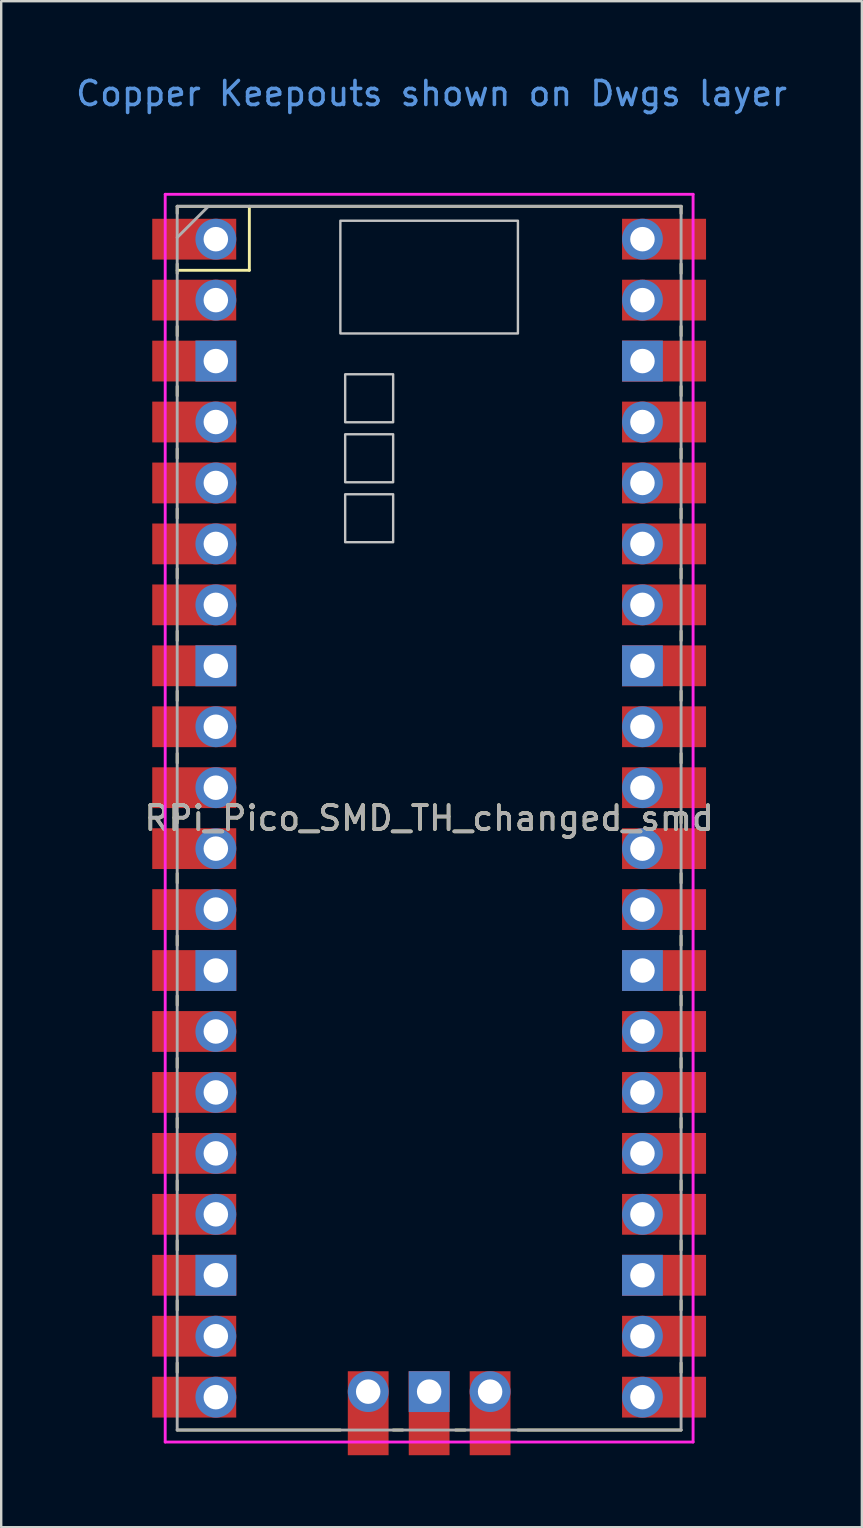
<source format=kicad_pcb>
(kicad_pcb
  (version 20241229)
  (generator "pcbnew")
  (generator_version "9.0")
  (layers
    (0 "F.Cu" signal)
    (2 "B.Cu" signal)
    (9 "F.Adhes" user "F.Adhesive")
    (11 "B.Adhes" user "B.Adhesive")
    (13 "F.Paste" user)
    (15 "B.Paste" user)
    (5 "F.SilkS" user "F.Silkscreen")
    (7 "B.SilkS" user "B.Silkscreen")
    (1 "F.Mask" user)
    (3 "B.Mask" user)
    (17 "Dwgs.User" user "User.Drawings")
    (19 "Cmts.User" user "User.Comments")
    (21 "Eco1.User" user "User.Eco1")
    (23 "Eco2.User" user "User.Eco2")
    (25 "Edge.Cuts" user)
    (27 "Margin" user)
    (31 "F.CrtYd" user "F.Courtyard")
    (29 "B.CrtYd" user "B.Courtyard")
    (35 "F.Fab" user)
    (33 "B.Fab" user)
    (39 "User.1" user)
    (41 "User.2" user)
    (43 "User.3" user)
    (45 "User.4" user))
  (footprint "RPi_Pico_SMD_TH_changed_smd"
    (layer "F.Cu")
    (at 14.835 31.048)
    (property "Reference" "RPi_Pico_SMD_TH_changed_smd" (at 0 0 0) (layer "F.SilkS") (effects (font (size 1 1) (thickness 0.15))))
    (attr through_hole)
    (fp_line (start -10.5 -25.5) (end -10.5 -25.2) (stroke (width 0.12) (type solid)) (layer "F.SilkS"))
    (fp_line (start -10.5 -25.5) (end 10.5 -25.5) (stroke (width 0.12) (type solid)) (layer "F.SilkS"))
    (fp_line (start -10.5 -23.1) (end -10.5 -22.7) (stroke (width 0.12) (type solid)) (layer "F.SilkS"))
    (fp_line (start -10.5 -22.833) (end -7.493 -22.833) (stroke (width 0.12) (type solid)) (layer "F.SilkS"))
    (fp_line (start -10.5 -20.5) (end -10.5 -20.1) (stroke (width 0.12) (type solid)) (layer "F.SilkS"))
    (fp_line (start -10.5 -18) (end -10.5 -17.6) (stroke (width 0.12) (type solid)) (layer "F.SilkS"))
    (fp_line (start -10.5 -15.4) (end -10.5 -15) (stroke (width 0.12) (type solid)) (layer "F.SilkS"))
    (fp_line (start -10.5 -12.9) (end -10.5 -12.5) (stroke (width 0.12) (type solid)) (layer "F.SilkS"))
    (fp_line (start -10.5 -10.4) (end -10.5 -10) (stroke (width 0.12) (type solid)) (layer "F.SilkS"))
    (fp_line (start -10.5 -7.8) (end -10.5 -7.4) (stroke (width 0.12) (type solid)) (layer "F.SilkS"))
    (fp_line (start -10.5 -5.3) (end -10.5 -4.9) (stroke (width 0.12) (type solid)) (layer "F.SilkS"))
    (fp_line (start -10.5 -2.7) (end -10.5 -2.3) (stroke (width 0.12) (type solid)) (layer "F.SilkS"))
    (fp_line (start -10.5 -0.2) (end -10.5 0.2) (stroke (width 0.12) (type solid)) (layer "F.SilkS"))
    (fp_line (start -10.5 2.3) (end -10.5 2.7) (stroke (width 0.12) (type solid)) (layer "F.SilkS"))
    (fp_line (start -10.5 4.9) (end -10.5 5.3) (stroke (width 0.12) (type solid)) (layer "F.SilkS"))
    (fp_line (start -10.5 7.4) (end -10.5 7.8) (stroke (width 0.12) (type solid)) (layer "F.SilkS"))
    (fp_line (start -10.5 10) (end -10.5 10.4) (stroke (width 0.12) (type solid)) (layer "F.SilkS"))
    (fp_line (start -10.5 12.5) (end -10.5 12.9) (stroke (width 0.12) (type solid)) (layer "F.SilkS"))
    (fp_line (start -10.5 15.1) (end -10.5 15.5) (stroke (width 0.12) (type solid)) (layer "F.SilkS"))
    (fp_line (start -10.5 17.6) (end -10.5 18) (stroke (width 0.12) (type solid)) (layer "F.SilkS"))
    (fp_line (start -10.5 20.1) (end -10.5 20.5) (stroke (width 0.12) (type solid)) (layer "F.SilkS"))
    (fp_line (start -10.5 22.7) (end -10.5 23.1) (stroke (width 0.12) (type solid)) (layer "F.SilkS"))
    (fp_line (start -7.493 -22.833) (end -7.493 -25.5) (stroke (width 0.12) (type solid)) (layer "F.SilkS"))
    (fp_line (start -3.7 25.5) (end -10.5 25.5) (stroke (width 0.12) (type solid)) (layer "F.SilkS"))
    (fp_line (start -1.5 25.5) (end -1.1 25.5) (stroke (width 0.12) (type solid)) (layer "F.SilkS"))
    (fp_line (start 1.1 25.5) (end 1.5 25.5) (stroke (width 0.12) (type solid)) (layer "F.SilkS"))
    (fp_line (start 10.5 -25.5) (end 10.5 -25.2) (stroke (width 0.12) (type solid)) (layer "F.SilkS"))
    (fp_line (start 10.5 -23.1) (end 10.5 -22.7) (stroke (width 0.12) (type solid)) (layer "F.SilkS"))
    (fp_line (start 10.5 -20.5) (end 10.5 -20.1) (stroke (width 0.12) (type solid)) (layer "F.SilkS"))
    (fp_line (start 10.5 -18) (end 10.5 -17.6) (stroke (width 0.12) (type solid)) (layer "F.SilkS"))
    (fp_line (start 10.5 -15.4) (end 10.5 -15) (stroke (width 0.12) (type solid)) (layer "F.SilkS"))
    (fp_line (start 10.5 -12.9) (end 10.5 -12.5) (stroke (width 0.12) (type solid)) (layer "F.SilkS"))
    (fp_line (start 10.5 -10.4) (end 10.5 -10) (stroke (width 0.12) (type solid)) (layer "F.SilkS"))
    (fp_line (start 10.5 -7.8) (end 10.5 -7.4) (stroke (width 0.12) (type solid)) (layer "F.SilkS"))
    (fp_line (start 10.5 -5.3) (end 10.5 -4.9) (stroke (width 0.12) (type solid)) (layer "F.SilkS"))
    (fp_line (start 10.5 -2.7) (end 10.5 -2.3) (stroke (width 0.12) (type solid)) (layer "F.SilkS"))
    (fp_line (start 10.5 -0.2) (end 10.5 0.2) (stroke (width 0.12) (type solid)) (layer "F.SilkS"))
    (fp_line (start 10.5 2.3) (end 10.5 2.7) (stroke (width 0.12) (type solid)) (layer "F.SilkS"))
    (fp_line (start 10.5 4.9) (end 10.5 5.3) (stroke (width 0.12) (type solid)) (layer "F.SilkS"))
    (fp_line (start 10.5 7.4) (end 10.5 7.8) (stroke (width 0.12) (type solid)) (layer "F.SilkS"))
    (fp_line (start 10.5 10) (end 10.5 10.4) (stroke (width 0.12) (type solid)) (layer "F.SilkS"))
    (fp_line (start 10.5 12.5) (end 10.5 12.9) (stroke (width 0.12) (type solid)) (layer "F.SilkS"))
    (fp_line (start 10.5 15.1) (end 10.5 15.5) (stroke (width 0.12) (type solid)) (layer "F.SilkS"))
    (fp_line (start 10.5 17.6) (end 10.5 18) (stroke (width 0.12) (type solid)) (layer "F.SilkS"))
    (fp_line (start 10.5 20.1) (end 10.5 20.5) (stroke (width 0.12) (type solid)) (layer "F.SilkS"))
    (fp_line (start 10.5 22.7) (end 10.5 23.1) (stroke (width 0.12) (type solid)) (layer "F.SilkS"))
    (fp_line (start 10.5 25.5) (end 3.7 25.5) (stroke (width 0.12) (type solid)) (layer "F.SilkS"))
    (fp_poly (pts (xy -1.5 -16.5) (xy -3.5 -16.5) (xy -3.5 -18.5) (xy -1.5 -18.5)) (stroke (width 0.1) (type solid)) (fill no) (layer "Dwgs.User"))
    (fp_poly (pts (xy -1.5 -14) (xy -3.5 -14) (xy -3.5 -16) (xy -1.5 -16)) (stroke (width 0.1) (type solid)) (fill no) (layer "Dwgs.User"))
    (fp_poly (pts (xy -1.5 -11.5) (xy -3.5 -11.5) (xy -3.5 -13.5) (xy -1.5 -13.5)) (stroke (width 0.1) (type solid)) (fill no) (layer "Dwgs.User"))
    (fp_poly (pts (xy 3.7 -20.2) (xy -3.7 -20.2) (xy -3.7 -24.9) (xy 3.7 -24.9)) (stroke (width 0.1) (type solid)) (fill no) (layer "Dwgs.User"))
    (fp_line (start -11 -26) (end 11 -26) (stroke (width 0.12) (type solid)) (layer "F.CrtYd"))
    (fp_line (start -11 26) (end -11 -26) (stroke (width 0.12) (type solid)) (layer "F.CrtYd"))
    (fp_line (start 11 -26) (end 11 26) (stroke (width 0.12) (type solid)) (layer "F.CrtYd"))
    (fp_line (start 11 26) (end -11 26) (stroke (width 0.12) (type solid)) (layer "F.CrtYd"))
    (fp_line (start -10.5 -25.5) (end 10.5 -25.5) (stroke (width 0.12) (type solid)) (layer "F.Fab"))
    (fp_line (start -10.5 -24.2) (end -9.2 -25.5) (stroke (width 0.12) (type solid)) (layer "F.Fab"))
    (fp_line (start -10.5 25.5) (end -10.5 -25.5) (stroke (width 0.12) (type solid)) (layer "F.Fab"))
    (fp_line (start 10.5 -25.5) (end 10.5 25.5) (stroke (width 0.12) (type solid)) (layer "F.Fab"))
    (fp_line (start 10.5 25.5) (end -10.5 25.5) (stroke (width 0.12) (type solid)) (layer "F.Fab"))
    (fp_text user "Copper Keepouts shown on Dwgs layer" (at 0.1 -30.2 0) (layer "Cmts.User") (effects (font (size 1 1) (thickness 0.15))))
    (fp_text user "${REFERENCE}" (at 0 0 180) (layer "F.Fab") (effects (font (size 1 1) (thickness 0.15))))
    (pad "1" thru_hole oval (at -8.89 -24.13) (size 1.7 1.7) (drill 1.02) (layers "*.Cu" "*.Mask"))
    (pad "1" smd rect (at -8.89 -24.13) (size 3.5 1.7) (drill (offset -0.9 0)) (layers "F.Cu" "F.Mask"))
    (pad "2" thru_hole oval (at -8.89 -21.59) (size 1.7 1.7) (drill 1.02) (layers "*.Cu" "*.Mask"))
    (pad "2" smd rect (at -8.89 -21.59) (size 3.5 1.7) (drill (offset -0.9 0)) (layers "F.Cu" "F.Mask"))
    (pad "3" thru_hole rect (at -8.89 -19.05) (size 1.7 1.7) (drill 1.02) (layers "*.Cu" "*.Mask"))
    (pad "3" smd rect (at -8.89 -19.05) (size 3.5 1.7) (drill (offset -0.9 0)) (layers "F.Cu" "F.Mask"))
    (pad "4" thru_hole oval (at -8.89 -16.51) (size 1.7 1.7) (drill 1.02) (layers "*.Cu" "*.Mask"))
    (pad "4" smd rect (at -8.89 -16.51) (size 3.5 1.7) (drill (offset -0.9 0)) (layers "F.Cu" "F.Mask"))
    (pad "5" thru_hole oval (at -8.89 -13.97) (size 1.7 1.7) (drill 1.02) (layers "*.Cu" "*.Mask"))
    (pad "5" smd rect (at -8.89 -13.97) (size 3.5 1.7) (drill (offset -0.9 0)) (layers "F.Cu" "F.Mask"))
    (pad "6" thru_hole oval (at -8.89 -11.43) (size 1.7 1.7) (drill 1.02) (layers "*.Cu" "*.Mask"))
    (pad "6" smd rect (at -8.89 -11.43) (size 3.5 1.7) (drill (offset -0.9 0)) (layers "F.Cu" "F.Mask"))
    (pad "7" thru_hole oval (at -8.89 -8.89) (size 1.7 1.7) (drill 1.02) (layers "*.Cu" "*.Mask"))
    (pad "7" smd rect (at -8.89 -8.89) (size 3.5 1.7) (drill (offset -0.9 0)) (layers "F.Cu" "F.Mask"))
    (pad "8" thru_hole rect (at -8.89 -6.35) (size 1.7 1.7) (drill 1.02) (layers "*.Cu" "*.Mask"))
    (pad "8" smd rect (at -8.89 -6.35) (size 3.5 1.7) (drill (offset -0.9 0)) (layers "F.Cu" "F.Mask"))
    (pad "9" thru_hole oval (at -8.89 -3.81) (size 1.7 1.7) (drill 1.02) (layers "*.Cu" "*.Mask"))
    (pad "9" smd rect (at -8.89 -3.81) (size 3.5 1.7) (drill (offset -0.9 0)) (layers "F.Cu" "F.Mask"))
    (pad "10" thru_hole oval (at -8.89 -1.27) (size 1.7 1.7) (drill 1.02) (layers "*.Cu" "*.Mask"))
    (pad "10" smd rect (at -8.89 -1.27) (size 3.5 1.7) (drill (offset -0.9 0)) (layers "F.Cu" "F.Mask"))
    (pad "11" thru_hole oval (at -8.89 1.27) (size 1.7 1.7) (drill 1.02) (layers "*.Cu" "*.Mask"))
    (pad "11" smd rect (at -8.89 1.27) (size 3.5 1.7) (drill (offset -0.9 0)) (layers "F.Cu" "F.Mask"))
    (pad "12" thru_hole oval (at -8.89 3.81) (size 1.7 1.7) (drill 1.02) (layers "*.Cu" "*.Mask"))
    (pad "12" smd rect (at -8.89 3.81) (size 3.5 1.7) (drill (offset -0.9 0)) (layers "F.Cu" "F.Mask"))
    (pad "13" thru_hole rect (at -8.89 6.35) (size 1.7 1.7) (drill 1.02) (layers "*.Cu" "*.Mask"))
    (pad "13" smd rect (at -8.89 6.35) (size 3.5 1.7) (drill (offset -0.9 0)) (layers "F.Cu" "F.Mask"))
    (pad "14" thru_hole oval (at -8.89 8.89) (size 1.7 1.7) (drill 1.02) (layers "*.Cu" "*.Mask"))
    (pad "14" smd rect (at -8.89 8.89) (size 3.5 1.7) (drill (offset -0.9 0)) (layers "F.Cu" "F.Mask"))
    (pad "15" thru_hole oval (at -8.89 11.43) (size 1.7 1.7) (drill 1.02) (layers "*.Cu" "*.Mask"))
    (pad "15" smd rect (at -8.89 11.43) (size 3.5 1.7) (drill (offset -0.9 0)) (layers "F.Cu" "F.Mask"))
    (pad "16" thru_hole oval (at -8.89 13.97) (size 1.7 1.7) (drill 1.02) (layers "*.Cu" "*.Mask"))
    (pad "16" smd rect (at -8.89 13.97) (size 3.5 1.7) (drill (offset -0.9 0)) (layers "F.Cu" "F.Mask"))
    (pad "17" thru_hole oval (at -8.89 16.51) (size 1.7 1.7) (drill 1.02) (layers "*.Cu" "*.Mask"))
    (pad "17" smd rect (at -8.89 16.51) (size 3.5 1.7) (drill (offset -0.9 0)) (layers "F.Cu" "F.Mask"))
    (pad "18" thru_hole rect (at -8.89 19.05) (size 1.7 1.7) (drill 1.02) (layers "*.Cu" "*.Mask"))
    (pad "18" smd rect (at -8.89 19.05) (size 3.5 1.7) (drill (offset -0.9 0)) (layers "F.Cu" "F.Mask"))
    (pad "19" thru_hole oval (at -8.89 21.59) (size 1.7 1.7) (drill 1.02) (layers "*.Cu" "*.Mask"))
    (pad "19" smd rect (at -8.89 21.59) (size 3.5 1.7) (drill (offset -0.9 0)) (layers "F.Cu" "F.Mask"))
    (pad "20" thru_hole oval (at -8.89 24.13) (size 1.7 1.7) (drill 1.02) (layers "*.Cu" "*.Mask"))
    (pad "20" smd rect (at -8.89 24.13) (size 3.5 1.7) (drill (offset -0.9 0)) (layers "F.Cu" "F.Mask"))
    (pad "21" thru_hole oval (at 8.89 24.13) (size 1.7 1.7) (drill 1.02) (layers "*.Cu" "*.Mask"))
    (pad "21" smd rect (at 8.89 24.13) (size 3.5 1.7) (drill (offset 0.9 0)) (layers "F.Cu" "F.Mask"))
    (pad "22" thru_hole oval (at 8.89 21.59) (size 1.7 1.7) (drill 1.02) (layers "*.Cu" "*.Mask"))
    (pad "22" smd rect (at 8.89 21.59) (size 3.5 1.7) (drill (offset 0.9 0)) (layers "F.Cu" "F.Mask"))
    (pad "23" thru_hole rect (at 8.89 19.05) (size 1.7 1.7) (drill 1.02) (layers "*.Cu" "*.Mask"))
    (pad "23" smd rect (at 8.89 19.05) (size 3.5 1.7) (drill (offset 0.9 0)) (layers "F.Cu" "F.Mask"))
    (pad "24" thru_hole oval (at 8.89 16.51) (size 1.7 1.7) (drill 1.02) (layers "*.Cu" "*.Mask"))
    (pad "24" smd rect (at 8.89 16.51) (size 3.5 1.7) (drill (offset 0.9 0)) (layers "F.Cu" "F.Mask"))
    (pad "25" thru_hole oval (at 8.89 13.97) (size 1.7 1.7) (drill 1.02) (layers "*.Cu" "*.Mask"))
    (pad "25" smd rect (at 8.89 13.97) (size 3.5 1.7) (drill (offset 0.9 0)) (layers "F.Cu" "F.Mask"))
    (pad "26" thru_hole oval (at 8.89 11.43) (size 1.7 1.7) (drill 1.02) (layers "*.Cu" "*.Mask"))
    (pad "26" smd rect (at 8.89 11.43) (size 3.5 1.7) (drill (offset 0.9 0)) (layers "F.Cu" "F.Mask"))
    (pad "27" thru_hole oval (at 8.89 8.89) (size 1.7 1.7) (drill 1.02) (layers "*.Cu" "*.Mask"))
    (pad "27" smd rect (at 8.89 8.89) (size 3.5 1.7) (drill (offset 0.9 0)) (layers "F.Cu" "F.Mask"))
    (pad "28" thru_hole rect (at 8.89 6.35) (size 1.7 1.7) (drill 1.02) (layers "*.Cu" "*.Mask"))
    (pad "28" smd rect (at 8.89 6.35) (size 3.5 1.7) (drill (offset 0.9 0)) (layers "F.Cu" "F.Mask"))
    (pad "29" thru_hole oval (at 8.89 3.81) (size 1.7 1.7) (drill 1.02) (layers "*.Cu" "*.Mask"))
    (pad "29" smd rect (at 8.89 3.81) (size 3.5 1.7) (drill (offset 0.9 0)) (layers "F.Cu" "F.Mask"))
    (pad "30" thru_hole oval (at 8.89 1.27) (size 1.7 1.7) (drill 1.02) (layers "*.Cu" "*.Mask"))
    (pad "30" smd rect (at 8.89 1.27) (size 3.5 1.7) (drill (offset 0.9 0)) (layers "F.Cu" "F.Mask"))
    (pad "31" thru_hole oval (at 8.89 -1.27) (size 1.7 1.7) (drill 1.02) (layers "*.Cu" "*.Mask"))
    (pad "31" smd rect (at 8.89 -1.27) (size 3.5 1.7) (drill (offset 0.9 0)) (layers "F.Cu" "F.Mask"))
    (pad "32" thru_hole oval (at 8.89 -3.81) (size 1.7 1.7) (drill 1.02) (layers "*.Cu" "*.Mask"))
    (pad "32" smd rect (at 8.89 -3.81) (size 3.5 1.7) (drill (offset 0.9 0)) (layers "F.Cu" "F.Mask"))
    (pad "33" thru_hole rect (at 8.89 -6.35) (size 1.7 1.7) (drill 1.02) (layers "*.Cu" "*.Mask"))
    (pad "33" smd rect (at 8.89 -6.35) (size 3.5 1.7) (drill (offset 0.9 0)) (layers "F.Cu" "F.Mask"))
    (pad "34" thru_hole oval (at 8.89 -8.89) (size 1.7 1.7) (drill 1.02) (layers "*.Cu" "*.Mask"))
    (pad "34" smd rect (at 8.89 -8.89) (size 3.5 1.7) (drill (offset 0.9 0)) (layers "F.Cu" "F.Mask"))
    (pad "35" thru_hole oval (at 8.89 -11.43) (size 1.7 1.7) (drill 1.02) (layers "*.Cu" "*.Mask"))
    (pad "35" smd rect (at 8.89 -11.43) (size 3.5 1.7) (drill (offset 0.9 0)) (layers "F.Cu" "F.Mask"))
    (pad "36" thru_hole oval (at 8.89 -13.97) (size 1.7 1.7) (drill 1.02) (layers "*.Cu" "*.Mask"))
    (pad "36" smd rect (at 8.89 -13.97) (size 3.5 1.7) (drill (offset 0.9 0)) (layers "F.Cu" "F.Mask"))
    (pad "37" thru_hole oval (at 8.89 -16.51) (size 1.7 1.7) (drill 1.02) (layers "*.Cu" "*.Mask"))
    (pad "37" smd rect (at 8.89 -16.51) (size 3.5 1.7) (drill (offset 0.9 0)) (layers "F.Cu" "F.Mask"))
    (pad "38" thru_hole rect (at 8.89 -19.05) (size 1.7 1.7) (drill 1.02) (layers "*.Cu" "*.Mask"))
    (pad "38" smd rect (at 8.89 -19.05) (size 3.5 1.7) (drill (offset 0.9 0)) (layers "F.Cu" "F.Mask"))
    (pad "39" thru_hole oval (at 8.89 -21.59) (size 1.7 1.7) (drill 1.02) (layers "*.Cu" "*.Mask"))
    (pad "39" smd rect (at 8.89 -21.59) (size 3.5 1.7) (drill (offset 0.9 0)) (layers "F.Cu" "F.Mask"))
    (pad "40" thru_hole oval (at 8.89 -24.13) (size 1.7 1.7) (drill 1.02) (layers "*.Cu" "*.Mask"))
    (pad "40" smd rect (at 8.89 -24.13) (size 3.5 1.7) (drill (offset 0.9 0)) (layers "F.Cu" "F.Mask"))
    (pad "41" thru_hole oval (at -2.54 23.9) (size 1.7 1.7) (drill 1.02) (layers "*.Cu" "*.Mask"))
    (pad "41" smd rect (at -2.54 23.9 90) (size 3.5 1.7) (drill (offset -0.9 0)) (layers "F.Cu" "F.Mask"))
    (pad "42" thru_hole rect (at 0 23.9) (size 1.7 1.7) (drill 1.02) (layers "*.Cu" "*.Mask"))
    (pad "42" smd rect (at 0 23.9 90) (size 3.5 1.7) (drill (offset -0.9 0)) (layers "F.Cu" "F.Mask"))
    (pad "43" thru_hole oval (at 2.54 23.9) (size 1.7 1.7) (drill 1.02) (layers "*.Cu" "*.Mask"))
    (pad "43" smd rect (at 2.54 23.9 90) (size 3.5 1.7) (drill (offset -0.9 0)) (layers "F.Cu" "F.Mask")))
  (gr_rect
    (start -3 -3)
    (end 32.869 60.598)
    (stroke (width 0.1) (type default))
    (fill no)
    (layer "Edge.Cuts")))
</source>
